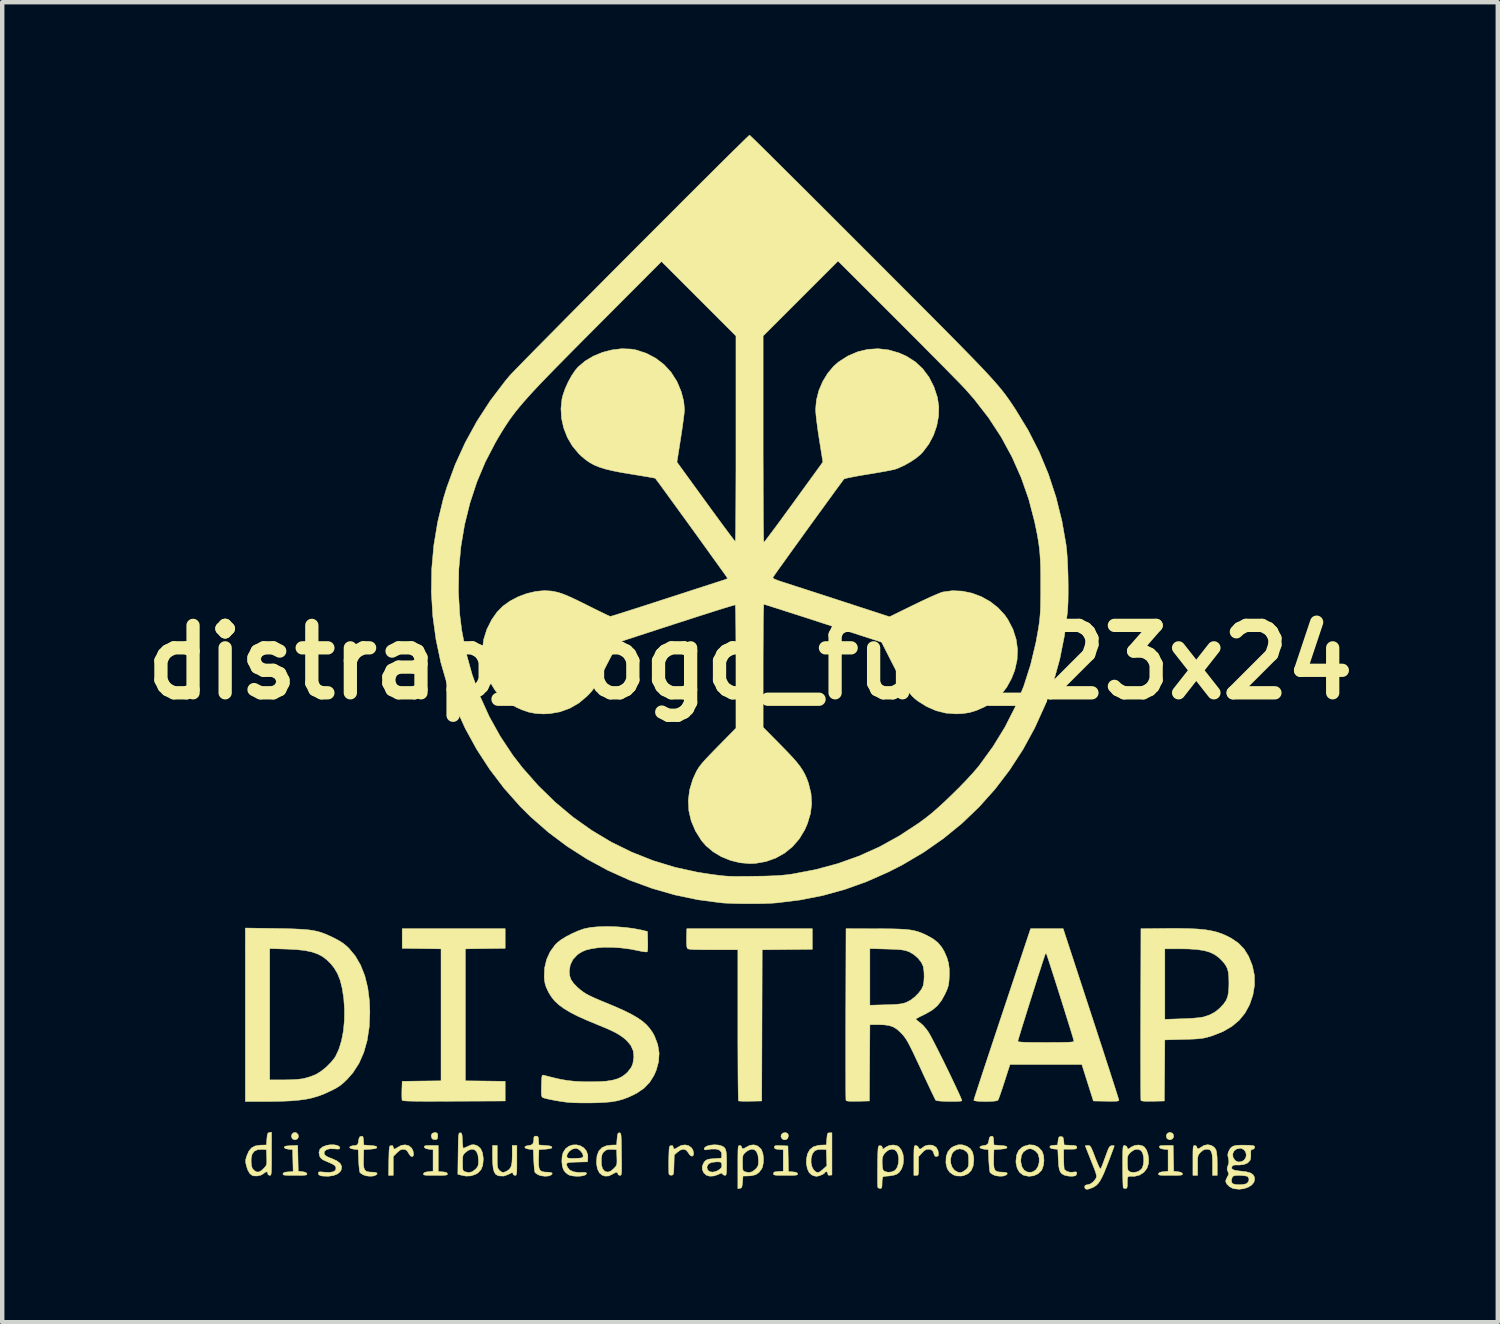
<source format=kicad_pcb>
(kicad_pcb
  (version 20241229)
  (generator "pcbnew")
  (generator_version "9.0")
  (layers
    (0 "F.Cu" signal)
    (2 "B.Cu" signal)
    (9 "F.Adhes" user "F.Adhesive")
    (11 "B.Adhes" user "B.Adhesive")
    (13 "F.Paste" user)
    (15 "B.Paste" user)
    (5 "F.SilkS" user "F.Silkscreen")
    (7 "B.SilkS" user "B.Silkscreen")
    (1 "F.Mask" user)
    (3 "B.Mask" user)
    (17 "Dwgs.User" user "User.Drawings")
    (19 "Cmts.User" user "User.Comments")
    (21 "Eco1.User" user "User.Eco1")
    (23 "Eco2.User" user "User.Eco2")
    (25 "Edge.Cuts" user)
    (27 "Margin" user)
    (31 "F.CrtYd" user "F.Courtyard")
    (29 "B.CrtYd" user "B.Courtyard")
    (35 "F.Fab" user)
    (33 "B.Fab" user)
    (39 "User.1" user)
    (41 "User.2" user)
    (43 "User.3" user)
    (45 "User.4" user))
  (footprint "distrap_logo_full_23x24"
    (layer "F.Cu")
    (at 13.905 11.922)
    (property "Reference" "distrap_logo_full_23x24" (at 0 0 0) (layer "F.SilkS") (effects (font (size 1.524 1.524) (thickness 0.3))))
    (attr through_hole)
    (fp_poly (pts (xy -10.25 10.639) (xy -10.214 10.68) (xy -10.208 10.729) (xy -10.23 10.772) (xy -10.275 10.794) (xy -10.287 10.795) (xy -10.332 10.78) (xy -10.35 10.764) (xy -10.368 10.717) (xy -10.357 10.671) (xy -10.324 10.637) (xy -10.28 10.628) (xy -10.25 10.639)) (stroke (width 0.01) (type solid)) (fill yes) (layer "F.SilkS"))
    (fp_poly (pts (xy -7.116 10.63) (xy -7.077 10.64) (xy -7.062 10.667) (xy -7.059 10.71) (xy -7.064 10.761) (xy -7.083 10.784) (xy -7.116 10.791) (xy -7.169 10.783) (xy -7.196 10.754) (xy -7.208 10.697) (xy -7.187 10.652) (xy -7.139 10.63) (xy -7.116 10.63)) (stroke (width 0.01) (type solid)) (fill yes) (layer "F.SilkS"))
    (fp_poly (pts (xy 0.815 10.634) (xy 0.855 10.655) (xy 0.868 10.698) (xy 0.868 10.708) (xy 0.851 10.763) (xy 0.811 10.793) (xy 0.76 10.792) (xy 0.724 10.77) (xy 0.699 10.722) (xy 0.707 10.676) (xy 0.742 10.642) (xy 0.796 10.631) (xy 0.815 10.634)) (stroke (width 0.01) (type solid)) (fill yes) (layer "F.SilkS"))
    (fp_poly (pts (xy 9.545 10.643) (xy 9.567 10.668) (xy 9.578 10.723) (xy 9.554 10.77) (xy 9.506 10.794) (xy 9.493 10.795) (xy 9.442 10.778) (xy 9.419 10.753) (xy 9.409 10.697) (xy 9.432 10.651) (xy 9.48 10.627) (xy 9.493 10.626) (xy 9.545 10.643)) (stroke (width 0.01) (type solid)) (fill yes) (layer "F.SilkS"))
    (fp_poly (pts (xy -5.535 6.466) (xy -5.985 6.472) (xy -6.435 6.478) (xy -6.435 9.461) (xy -5.985 9.466) (xy -5.535 9.472) (xy -5.535 9.917) (xy -6.695 9.922) (xy -6.952 9.923) (xy -7.171 9.924) (xy -7.353 9.924) (xy -7.502 9.923) (xy -7.621 9.921) (xy -7.712 9.919) (xy -7.779 9.916) (xy -7.824 9.912) (xy -7.852 9.907) (xy -7.864 9.901) (xy -7.865 9.899) (xy -7.869 9.867) (xy -7.871 9.803) (xy -7.871 9.719) (xy -7.87 9.672) (xy -7.863 9.472) (xy -7.424 9.466) (xy -6.985 9.461) (xy -6.985 6.478) (xy -7.424 6.472) (xy -7.863 6.466) (xy -7.863 6.022) (xy -5.535 6.022) (xy -5.535 6.466)) (stroke (width 0.01) (type solid)) (fill yes) (layer "F.SilkS"))
    (fp_poly (pts (xy -7.048 11.512) (xy -6.948 11.519) (xy -6.882 11.527) (xy -6.849 11.545) (xy -6.841 11.562) (xy -6.841 11.577) (xy -6.854 11.588) (xy -6.885 11.594) (xy -6.941 11.598) (xy -7.028 11.599) (xy -7.112 11.599) (xy -7.225 11.599) (xy -7.303 11.597) (xy -7.351 11.593) (xy -7.376 11.585) (xy -7.384 11.573) (xy -7.383 11.562) (xy -7.366 11.537) (xy -7.32 11.522) (xy -7.271 11.515) (xy -7.165 11.504) (xy -7.165 11.017) (xy -7.26 11.007) (xy -7.326 10.994) (xy -7.358 10.971) (xy -7.362 10.959) (xy -7.361 10.94) (xy -7.343 10.929) (xy -7.301 10.924) (xy -7.226 10.922) (xy -7.209 10.922) (xy -7.048 10.922) (xy -7.048 11.512)) (stroke (width 0.01) (type solid)) (fill yes) (layer "F.SilkS"))
    (fp_poly (pts (xy -10.219 11.212) (xy -10.213 11.504) (xy -10.118 11.515) (xy -10.052 11.528) (xy -10.02 11.55) (xy -10.016 11.562) (xy -10.016 11.577) (xy -10.029 11.588) (xy -10.06 11.594) (xy -10.116 11.598) (xy -10.203 11.599) (xy -10.287 11.599) (xy -10.4 11.599) (xy -10.478 11.597) (xy -10.526 11.593) (xy -10.551 11.585) (xy -10.559 11.573) (xy -10.558 11.562) (xy -10.543 11.539) (xy -10.504 11.525) (xy -10.44 11.519) (xy -10.328 11.512) (xy -10.334 11.265) (xy -10.34 11.017) (xy -10.435 11.007) (xy -10.501 10.994) (xy -10.529 10.972) (xy -10.53 10.964) (xy -10.521 10.947) (xy -10.487 10.935) (xy -10.422 10.929) (xy -10.378 10.926) (xy -10.225 10.92) (xy -10.219 11.212)) (stroke (width 0.01) (type solid)) (fill yes) (layer "F.SilkS"))
    (fp_poly (pts (xy 9.572 11.213) (xy 9.578 11.504) (xy 9.673 11.515) (xy 9.739 11.528) (xy 9.771 11.55) (xy 9.775 11.562) (xy 9.775 11.577) (xy 9.762 11.588) (xy 9.731 11.594) (xy 9.675 11.598) (xy 9.588 11.599) (xy 9.504 11.599) (xy 9.391 11.599) (xy 9.313 11.597) (xy 9.265 11.593) (xy 9.24 11.585) (xy 9.232 11.573) (xy 9.233 11.562) (xy 9.25 11.537) (xy 9.295 11.522) (xy 9.345 11.515) (xy 9.451 11.504) (xy 9.451 11.017) (xy 9.356 11.007) (xy 9.29 10.994) (xy 9.258 10.971) (xy 9.254 10.959) (xy 9.255 10.94) (xy 9.273 10.929) (xy 9.315 10.924) (xy 9.39 10.922) (xy 9.406 10.922) (xy 9.566 10.922) (xy 9.572 11.213)) (stroke (width 0.01) (type solid)) (fill yes) (layer "F.SilkS"))
    (fp_poly (pts (xy 0.678 10.925) (xy 0.704 10.926) (xy 0.857 10.933) (xy 0.863 11.222) (xy 0.869 11.512) (xy 0.969 11.519) (xy 1.035 11.528) (xy 1.068 11.545) (xy 1.076 11.562) (xy 1.075 11.577) (xy 1.062 11.588) (xy 1.031 11.594) (xy 0.975 11.598) (xy 0.888 11.599) (xy 0.806 11.599) (xy 0.693 11.599) (xy 0.616 11.597) (xy 0.568 11.593) (xy 0.542 11.585) (xy 0.531 11.573) (xy 0.529 11.558) (xy 0.536 11.533) (xy 0.562 11.519) (xy 0.617 11.512) (xy 0.64 11.51) (xy 0.751 11.504) (xy 0.751 11.017) (xy 0.651 11.011) (xy 0.589 11.004) (xy 0.559 10.99) (xy 0.55 10.965) (xy 0.55 10.962) (xy 0.554 10.941) (xy 0.57 10.929) (xy 0.609 10.924) (xy 0.678 10.925)) (stroke (width 0.01) (type solid)) (fill yes) (layer "F.SilkS"))
    (fp_poly (pts (xy 1.408 6.488) (xy 0.275 6.499) (xy 0.265 9.917) (xy 0.009 9.922) (xy -0.091 9.924) (xy -0.175 9.922) (xy -0.234 9.919) (xy -0.26 9.914) (xy -0.26 9.914) (xy -0.263 9.891) (xy -0.265 9.829) (xy -0.267 9.731) (xy -0.269 9.6) (xy -0.271 9.439) (xy -0.272 9.253) (xy -0.273 9.043) (xy -0.274 8.813) (xy -0.275 8.567) (xy -0.275 8.307) (xy -0.275 8.199) (xy -0.275 6.498) (xy -0.833 6.498) (xy -1.008 6.498) (xy -1.145 6.496) (xy -1.248 6.494) (xy -1.322 6.49) (xy -1.372 6.485) (xy -1.402 6.477) (xy -1.416 6.469) (xy -1.429 6.429) (xy -1.435 6.35) (xy -1.435 6.234) (xy -1.435 6.23) (xy -1.429 6.022) (xy 1.408 6.022) (xy 1.408 6.488)) (stroke (width 0.01) (type solid)) (fill yes) (layer "F.SilkS"))
    (fp_poly (pts (xy -7.715 10.928) (xy -7.652 10.979) (xy -7.62 11.039) (xy -7.605 11.113) (xy -7.614 11.16) (xy -7.64 11.176) (xy -7.676 11.159) (xy -7.715 11.104) (xy -7.719 11.097) (xy -7.752 11.042) (xy -7.791 11.017) (xy -7.827 11.011) (xy -7.875 11.012) (xy -7.919 11.032) (xy -7.972 11.078) (xy -7.981 11.087) (xy -8.065 11.171) (xy -8.065 11.599) (xy -8.171 11.599) (xy -8.166 11.266) (xy -8.163 11.141) (xy -8.16 11.051) (xy -8.156 10.992) (xy -8.15 10.955) (xy -8.14 10.936) (xy -8.126 10.928) (xy -8.112 10.926) (xy -8.075 10.93) (xy -8.065 10.962) (xy -8.065 10.963) (xy -8.054 10.999) (xy -8.023 11.001) (xy -7.968 10.967) (xy -7.965 10.965) (xy -7.881 10.919) (xy -7.794 10.908) (xy -7.715 10.928)) (stroke (width 0.01) (type solid)) (fill yes) (layer "F.SilkS"))
    (fp_poly (pts (xy 4.112 10.915) (xy 4.135 10.921) (xy 4.207 10.963) (xy 4.248 11.035) (xy 4.26 11.102) (xy 4.257 11.149) (xy 4.233 11.169) (xy 4.22 11.172) (xy 4.183 11.166) (xy 4.162 11.127) (xy 4.16 11.119) (xy 4.134 11.051) (xy 4.093 11.016) (xy 4.032 11.007) (xy 3.98 11.015) (xy 3.931 11.047) (xy 3.887 11.091) (xy 3.81 11.176) (xy 3.81 11.388) (xy 3.81 11.484) (xy 3.807 11.545) (xy 3.801 11.58) (xy 3.789 11.595) (xy 3.77 11.599) (xy 3.757 11.599) (xy 3.704 11.599) (xy 3.704 11.261) (xy 3.704 11.134) (xy 3.706 11.044) (xy 3.708 10.984) (xy 3.714 10.947) (xy 3.723 10.929) (xy 3.736 10.923) (xy 3.748 10.922) (xy 3.791 10.94) (xy 3.804 10.964) (xy 3.828 11.001) (xy 3.865 11) (xy 3.894 10.976) (xy 3.951 10.935) (xy 4.03 10.913) (xy 4.112 10.915)) (stroke (width 0.01) (type solid)) (fill yes) (layer "F.SilkS"))
    (fp_poly (pts (xy -5.715 11.177) (xy -5.715 11.285) (xy -5.712 11.36) (xy -5.706 11.409) (xy -5.696 11.442) (xy -5.679 11.467) (xy -5.663 11.484) (xy -5.617 11.523) (xy -5.577 11.533) (xy -5.526 11.515) (xy -5.505 11.505) (xy -5.452 11.471) (xy -5.415 11.428) (xy -5.392 11.369) (xy -5.38 11.285) (xy -5.376 11.168) (xy -5.376 11.145) (xy -5.376 10.922) (xy -5.271 10.922) (xy -5.271 11.261) (xy -5.271 11.387) (xy -5.272 11.478) (xy -5.275 11.538) (xy -5.281 11.574) (xy -5.289 11.592) (xy -5.302 11.599) (xy -5.313 11.599) (xy -5.347 11.586) (xy -5.355 11.568) (xy -5.364 11.541) (xy -5.394 11.541) (xy -5.45 11.569) (xy -5.466 11.578) (xy -5.564 11.614) (xy -5.668 11.611) (xy -5.711 11.598) (xy -5.754 11.569) (xy -5.785 11.516) (xy -5.806 11.437) (xy -5.817 11.325) (xy -5.821 11.177) (xy -5.821 10.922) (xy -5.715 10.922) (xy -5.715 11.177)) (stroke (width 0.01) (type solid)) (fill yes) (layer "F.SilkS"))
    (fp_poly (pts (xy 10.429 10.921) (xy 10.496 10.965) (xy 10.533 11.02) (xy 10.549 11.087) (xy 10.559 11.194) (xy 10.562 11.341) (xy 10.562 11.345) (xy 10.562 11.599) (xy 10.456 11.599) (xy 10.456 11.35) (xy 10.454 11.22) (xy 10.446 11.127) (xy 10.429 11.065) (xy 10.402 11.027) (xy 10.363 11.01) (xy 10.322 11.007) (xy 10.259 11.02) (xy 10.198 11.064) (xy 10.185 11.076) (xy 10.155 11.109) (xy 10.136 11.137) (xy 10.125 11.173) (xy 10.119 11.225) (xy 10.118 11.303) (xy 10.118 11.373) (xy 10.118 11.599) (xy 10.012 11.599) (xy 10.012 11.261) (xy 10.012 11.134) (xy 10.013 11.044) (xy 10.016 10.983) (xy 10.022 10.947) (xy 10.031 10.929) (xy 10.044 10.923) (xy 10.054 10.922) (xy 10.088 10.935) (xy 10.097 10.953) (xy 10.11 10.99) (xy 10.143 10.995) (xy 10.189 10.967) (xy 10.189 10.967) (xy 10.264 10.92) (xy 10.348 10.905) (xy 10.429 10.921)) (stroke (width 0.01) (type solid)) (fill yes) (layer "F.SilkS"))
    (fp_poly (pts (xy -1.385 10.929) (xy -1.321 10.978) (xy -1.292 11.025) (xy -1.274 11.095) (xy -1.281 11.143) (xy -1.306 11.165) (xy -1.342 11.155) (xy -1.382 11.11) (xy -1.392 11.091) (xy -1.44 11.03) (xy -1.501 11.007) (xy -1.572 11.025) (xy -1.638 11.071) (xy -1.713 11.137) (xy -1.719 11.363) (xy -1.722 11.463) (xy -1.726 11.528) (xy -1.733 11.567) (xy -1.745 11.586) (xy -1.763 11.594) (xy -1.773 11.596) (xy -1.814 11.59) (xy -1.832 11.573) (xy -1.835 11.543) (xy -1.837 11.478) (xy -1.838 11.388) (xy -1.838 11.281) (xy -1.837 11.239) (xy -1.834 11.119) (xy -1.831 11.036) (xy -1.827 10.981) (xy -1.819 10.949) (xy -1.808 10.934) (xy -1.792 10.927) (xy -1.783 10.926) (xy -1.746 10.93) (xy -1.736 10.962) (xy -1.736 10.963) (xy -1.725 10.999) (xy -1.694 11.001) (xy -1.64 10.967) (xy -1.636 10.965) (xy -1.553 10.92) (xy -1.466 10.909) (xy -1.385 10.929)) (stroke (width 0.01) (type solid)) (fill yes) (layer "F.SilkS"))
    (fp_poly (pts (xy 6.42 10.915) (xy 6.515 10.959) (xy 6.591 11.039) (xy 6.61 11.072) (xy 6.638 11.159) (xy 6.645 11.265) (xy 6.632 11.373) (xy 6.6 11.465) (xy 6.585 11.491) (xy 6.508 11.564) (xy 6.41 11.608) (xy 6.301 11.62) (xy 6.192 11.597) (xy 6.164 11.585) (xy 6.09 11.526) (xy 6.039 11.435) (xy 6.013 11.32) (xy 6.011 11.271) (xy 6.013 11.259) (xy 6.12 11.259) (xy 6.122 11.296) (xy 6.145 11.401) (xy 6.193 11.477) (xy 6.261 11.521) (xy 6.344 11.53) (xy 6.402 11.515) (xy 6.465 11.47) (xy 6.511 11.397) (xy 6.536 11.306) (xy 6.537 11.21) (xy 6.512 11.118) (xy 6.507 11.11) (xy 6.463 11.056) (xy 6.402 11.016) (xy 6.402 11.015) (xy 6.345 10.997) (xy 6.298 11) (xy 6.256 11.015) (xy 6.18 11.068) (xy 6.134 11.15) (xy 6.12 11.259) (xy 6.013 11.259) (xy 6.026 11.14) (xy 6.071 11.039) (xy 6.148 10.965) (xy 6.196 10.939) (xy 6.311 10.907) (xy 6.42 10.915)) (stroke (width 0.01) (type solid)) (fill yes) (layer "F.SilkS"))
    (fp_poly (pts (xy 4.902 10.941) (xy 4.98 10.995) (xy 5.031 11.075) (xy 5.056 11.184) (xy 5.059 11.253) (xy 5.044 11.386) (xy 4.999 11.49) (xy 4.925 11.563) (xy 4.824 11.606) (xy 4.769 11.614) (xy 4.667 11.61) (xy 4.595 11.585) (xy 4.511 11.525) (xy 4.458 11.446) (xy 4.432 11.34) (xy 4.428 11.304) (xy 4.432 11.225) (xy 4.534 11.225) (xy 4.538 11.326) (xy 4.569 11.414) (xy 4.623 11.484) (xy 4.697 11.526) (xy 4.757 11.536) (xy 4.802 11.522) (xy 4.856 11.488) (xy 4.873 11.474) (xy 4.91 11.439) (xy 4.93 11.405) (xy 4.94 11.361) (xy 4.942 11.291) (xy 4.942 11.264) (xy 4.94 11.181) (xy 4.932 11.126) (xy 4.913 11.088) (xy 4.893 11.063) (xy 4.821 11.014) (xy 4.74 10.999) (xy 4.661 11.017) (xy 4.595 11.067) (xy 4.561 11.122) (xy 4.534 11.225) (xy 4.432 11.225) (xy 4.434 11.171) (xy 4.473 11.063) (xy 4.543 10.98) (xy 4.601 10.944) (xy 4.704 10.908) (xy 4.8 10.908) (xy 4.902 10.941)) (stroke (width 0.01) (type solid)) (fill yes) (layer "F.SilkS"))
    (fp_poly (pts (xy -9.332 10.92) (xy -9.284 10.947) (xy -9.271 10.977) (xy -9.277 10.996) (xy -9.3 11.004) (xy -9.351 11.003) (xy -9.393 10.999) (xy -9.498 10.997) (xy -9.574 11.016) (xy -9.619 11.055) (xy -9.627 11.077) (xy -9.625 11.117) (xy -9.597 11.152) (xy -9.539 11.185) (xy -9.448 11.221) (xy -9.336 11.272) (xy -9.263 11.331) (xy -9.231 11.397) (xy -9.239 11.468) (xy -9.263 11.512) (xy -9.325 11.566) (xy -9.417 11.602) (xy -9.532 11.619) (xy -9.66 11.614) (xy -9.71 11.606) (xy -9.75 11.582) (xy -9.758 11.554) (xy -9.755 11.531) (xy -9.739 11.52) (xy -9.701 11.519) (xy -9.633 11.525) (xy -9.62 11.526) (xy -9.502 11.531) (xy -9.418 11.516) (xy -9.371 11.483) (xy -9.36 11.433) (xy -9.367 11.402) (xy -9.387 11.376) (xy -9.425 11.35) (xy -9.489 11.319) (xy -9.586 11.278) (xy -9.66 11.243) (xy -9.705 11.204) (xy -9.729 11.163) (xy -9.745 11.08) (xy -9.724 11.01) (xy -9.665 10.956) (xy -9.573 10.92) (xy -9.5 10.908) (xy -9.406 10.907) (xy -9.332 10.92)) (stroke (width 0.01) (type solid)) (fill yes) (layer "F.SilkS"))
    (fp_poly (pts (xy -8.762 10.715) (xy -8.747 10.734) (xy -8.74 10.781) (xy -8.738 10.81) (xy -8.731 10.911) (xy -8.583 10.922) (xy -8.501 10.93) (xy -8.454 10.941) (xy -8.436 10.958) (xy -8.435 10.964) (xy -8.446 10.983) (xy -8.483 10.995) (xy -8.553 11.004) (xy -8.583 11.007) (xy -8.731 11.017) (xy -8.737 11.23) (xy -8.738 11.348) (xy -8.728 11.43) (xy -8.705 11.482) (xy -8.664 11.511) (xy -8.602 11.523) (xy -8.551 11.525) (xy -8.472 11.53) (xy -8.432 11.546) (xy -8.433 11.57) (xy -8.455 11.59) (xy -8.513 11.613) (xy -8.594 11.618) (xy -8.68 11.608) (xy -8.734 11.59) (xy -8.785 11.562) (xy -8.818 11.534) (xy -8.819 11.533) (xy -8.827 11.501) (xy -8.835 11.437) (xy -8.843 11.35) (xy -8.848 11.261) (xy -8.858 11.017) (xy -8.954 11.007) (xy -9.022 10.992) (xy -9.051 10.97) (xy -9.042 10.947) (xy -8.994 10.93) (xy -8.959 10.926) (xy -8.906 10.919) (xy -8.874 10.902) (xy -8.857 10.865) (xy -8.846 10.798) (xy -8.843 10.774) (xy -8.823 10.728) (xy -8.791 10.714) (xy -8.762 10.715)) (stroke (width 0.01) (type solid)) (fill yes) (layer "F.SilkS"))
    (fp_poly (pts (xy 5.483 10.715) (xy 5.498 10.734) (xy 5.505 10.781) (xy 5.507 10.81) (xy 5.514 10.911) (xy 5.662 10.922) (xy 5.744 10.93) (xy 5.791 10.941) (xy 5.809 10.958) (xy 5.81 10.964) (xy 5.799 10.983) (xy 5.763 10.995) (xy 5.692 11.004) (xy 5.662 11.007) (xy 5.514 11.017) (xy 5.508 11.23) (xy 5.508 11.348) (xy 5.517 11.43) (xy 5.54 11.482) (xy 5.581 11.511) (xy 5.643 11.523) (xy 5.694 11.525) (xy 5.773 11.53) (xy 5.813 11.546) (xy 5.812 11.57) (xy 5.79 11.59) (xy 5.732 11.613) (xy 5.651 11.618) (xy 5.566 11.608) (xy 5.511 11.59) (xy 5.46 11.562) (xy 5.427 11.534) (xy 5.426 11.533) (xy 5.418 11.501) (xy 5.41 11.437) (xy 5.403 11.35) (xy 5.397 11.261) (xy 5.387 11.017) (xy 5.292 11.007) (xy 5.226 10.992) (xy 5.195 10.97) (xy 5.201 10.947) (xy 5.245 10.93) (xy 5.274 10.926) (xy 5.342 10.912) (xy 5.381 10.879) (xy 5.399 10.816) (xy 5.401 10.795) (xy 5.413 10.741) (xy 5.439 10.718) (xy 5.454 10.714) (xy 5.483 10.715)) (stroke (width 0.01) (type solid)) (fill yes) (layer "F.SilkS"))
    (fp_poly (pts (xy -4.806 10.715) (xy -4.789 10.735) (xy -4.782 10.783) (xy -4.78 10.811) (xy -4.773 10.911) (xy -4.625 10.922) (xy -4.543 10.93) (xy -4.496 10.941) (xy -4.478 10.958) (xy -4.477 10.964) (xy -4.488 10.983) (xy -4.524 10.995) (xy -4.595 11.004) (xy -4.625 11.007) (xy -4.773 11.017) (xy -4.779 11.23) (xy -4.779 11.348) (xy -4.77 11.43) (xy -4.747 11.482) (xy -4.706 11.511) (xy -4.644 11.523) (xy -4.593 11.525) (xy -4.514 11.53) (xy -4.474 11.546) (xy -4.475 11.57) (xy -4.497 11.59) (xy -4.555 11.613) (xy -4.636 11.618) (xy -4.721 11.608) (xy -4.776 11.59) (xy -4.827 11.562) (xy -4.86 11.534) (xy -4.861 11.533) (xy -4.869 11.501) (xy -4.877 11.437) (xy -4.884 11.35) (xy -4.889 11.261) (xy -4.9 11.017) (xy -4.995 11.007) (xy -5.06 10.992) (xy -5.091 10.97) (xy -5.086 10.947) (xy -5.044 10.929) (xy -5.017 10.926) (xy -4.944 10.911) (xy -4.905 10.877) (xy -4.89 10.817) (xy -4.889 10.792) (xy -4.886 10.739) (xy -4.872 10.716) (xy -4.838 10.71) (xy -4.838 10.71) (xy -4.806 10.715)) (stroke (width 0.01) (type solid)) (fill yes) (layer "F.SilkS"))
    (fp_poly (pts (xy 1.852 11.589) (xy 1.804 11.596) (xy 1.767 11.592) (xy 1.757 11.559) (xy 1.757 11.558) (xy 1.744 11.523) (xy 1.725 11.515) (xy 1.697 11.525) (xy 1.693 11.533) (xy 1.675 11.556) (xy 1.63 11.582) (xy 1.574 11.605) (xy 1.519 11.618) (xy 1.5 11.62) (xy 1.444 11.609) (xy 1.394 11.588) (xy 1.337 11.535) (xy 1.297 11.451) (xy 1.275 11.343) (xy 1.275 11.313) (xy 1.38 11.313) (xy 1.4 11.402) (xy 1.437 11.474) (xy 1.489 11.521) (xy 1.54 11.535) (xy 1.569 11.522) (xy 1.617 11.488) (xy 1.652 11.459) (xy 1.737 11.381) (xy 1.731 11.199) (xy 1.725 11.017) (xy 1.625 11.011) (xy 1.53 11.015) (xy 1.463 11.043) (xy 1.417 11.1) (xy 1.406 11.124) (xy 1.381 11.218) (xy 1.38 11.313) (xy 1.275 11.313) (xy 1.274 11.24) (xy 1.299 11.113) (xy 1.352 11.017) (xy 1.434 10.952) (xy 1.545 10.919) (xy 1.601 10.914) (xy 1.725 10.91) (xy 1.736 10.773) (xy 1.743 10.699) (xy 1.752 10.658) (xy 1.767 10.64) (xy 1.794 10.636) (xy 1.799 10.636) (xy 1.852 10.636) (xy 1.852 11.589)) (stroke (width 0.01) (type solid)) (fill yes) (layer "F.SilkS"))
    (fp_poly (pts (xy 7.061 10.726) (xy 7.079 10.748) (xy 7.089 10.798) (xy 7.091 10.816) (xy 7.101 10.911) (xy 7.244 10.918) (xy 7.321 10.922) (xy 7.364 10.93) (xy 7.383 10.944) (xy 7.387 10.965) (xy 7.383 10.987) (xy 7.364 11) (xy 7.322 11.005) (xy 7.247 11.007) (xy 7.239 11.007) (xy 7.091 11.007) (xy 7.091 11.224) (xy 7.093 11.317) (xy 7.097 11.395) (xy 7.102 11.448) (xy 7.107 11.464) (xy 7.16 11.507) (xy 7.236 11.528) (xy 7.304 11.525) (xy 7.358 11.518) (xy 7.382 11.526) (xy 7.387 11.551) (xy 7.387 11.553) (xy 7.372 11.593) (xy 7.354 11.608) (xy 7.287 11.619) (xy 7.202 11.615) (xy 7.12 11.598) (xy 7.098 11.59) (xy 7.05 11.562) (xy 7.016 11.524) (xy 6.993 11.467) (xy 6.978 11.385) (xy 6.97 11.27) (xy 6.968 11.235) (xy 6.958 11.009) (xy 6.871 11.002) (xy 6.808 10.991) (xy 6.78 10.968) (xy 6.778 10.96) (xy 6.782 10.937) (xy 6.813 10.924) (xy 6.862 10.918) (xy 6.953 10.911) (xy 6.964 10.816) (xy 6.973 10.757) (xy 6.989 10.729) (xy 7.017 10.721) (xy 7.027 10.721) (xy 7.061 10.726)) (stroke (width 0.01) (type solid)) (fill yes) (layer "F.SilkS"))
    (fp_poly (pts (xy -3.834 10.93) (xy -3.758 10.976) (xy -3.701 11.043) (xy -3.669 11.131) (xy -3.666 11.196) (xy -3.672 11.292) (xy -3.911 11.298) (xy -4.02 11.302) (xy -4.092 11.308) (xy -4.133 11.32) (xy -4.148 11.341) (xy -4.143 11.373) (xy -4.125 11.417) (xy -4.074 11.478) (xy -3.991 11.517) (xy -3.88 11.533) (xy -3.824 11.532) (xy -3.75 11.53) (xy -3.709 11.536) (xy -3.694 11.55) (xy -3.694 11.556) (xy -3.713 11.584) (xy -3.763 11.604) (xy -3.835 11.616) (xy -3.918 11.619) (xy -4.002 11.612) (xy -4.077 11.596) (xy -4.106 11.583) (xy -4.171 11.534) (xy -4.217 11.472) (xy -4.243 11.39) (xy -4.254 11.286) (xy -4.249 11.18) (xy -4.244 11.159) (xy -4.142 11.159) (xy -4.137 11.191) (xy -4.106 11.209) (xy -4.042 11.215) (xy -3.951 11.214) (xy -3.866 11.21) (xy -3.814 11.204) (xy -3.786 11.193) (xy -3.775 11.175) (xy -3.771 11.16) (xy -3.783 11.112) (xy -3.82 11.058) (xy -3.87 11.012) (xy -3.923 10.987) (xy -3.936 10.986) (xy -4.014 11.004) (xy -4.084 11.051) (xy -4.127 11.11) (xy -4.142 11.159) (xy -4.244 11.159) (xy -4.228 11.09) (xy -4.225 11.084) (xy -4.171 10.997) (xy -4.096 10.94) (xy -4.011 10.911) (xy -3.921 10.908) (xy -3.834 10.93)) (stroke (width 0.01) (type solid)) (fill yes) (layer "F.SilkS"))
    (fp_poly (pts (xy -10.816 11.111) (xy -10.816 11.267) (xy -10.817 11.385) (xy -10.819 11.472) (xy -10.822 11.531) (xy -10.827 11.569) (xy -10.834 11.589) (xy -10.844 11.598) (xy -10.857 11.599) (xy -10.858 11.599) (xy -10.894 11.584) (xy -10.901 11.557) (xy -10.912 11.521) (xy -10.944 11.52) (xy -10.993 11.554) (xy -10.998 11.559) (xy -11.059 11.594) (xy -11.14 11.612) (xy -11.219 11.61) (xy -11.252 11.601) (xy -11.309 11.556) (xy -11.356 11.474) (xy -11.387 11.376) (xy -11.402 11.302) (xy -11.401 11.244) (xy -11.396 11.225) (xy -11.278 11.225) (xy -11.277 11.31) (xy -11.268 11.387) (xy -11.252 11.437) (xy -11.222 11.475) (xy -11.209 11.487) (xy -11.154 11.521) (xy -11.101 11.521) (xy -11.041 11.487) (xy -10.99 11.438) (xy -10.956 11.401) (xy -10.936 11.368) (xy -10.926 11.328) (xy -10.924 11.269) (xy -10.926 11.191) (xy -10.933 11.017) (xy -11.032 11.011) (xy -11.136 11.018) (xy -11.211 11.055) (xy -11.258 11.124) (xy -11.278 11.225) (xy -11.396 11.225) (xy -11.383 11.176) (xy -11.379 11.164) (xy -11.331 11.053) (xy -11.27 10.978) (xy -11.189 10.934) (xy -11.081 10.916) (xy -11.055 10.915) (xy -10.933 10.911) (xy -10.922 10.774) (xy -10.915 10.699) (xy -10.905 10.656) (xy -10.888 10.636) (xy -10.864 10.629) (xy -10.816 10.623) (xy -10.816 11.111)) (stroke (width 0.01) (type solid)) (fill yes) (layer "F.SilkS"))
    (fp_poly (pts (xy 0.174 10.935) (xy 0.244 10.998) (xy 0.261 11.024) (xy 0.291 11.107) (xy 0.305 11.21) (xy 0.301 11.317) (xy 0.281 11.412) (xy 0.264 11.45) (xy 0.202 11.533) (xy 0.128 11.583) (xy 0.031 11.607) (xy -0.027 11.611) (xy -0.159 11.614) (xy -0.169 11.75) (xy -0.177 11.824) (xy -0.187 11.866) (xy -0.204 11.885) (xy -0.228 11.892) (xy -0.275 11.899) (xy -0.275 11.41) (xy -0.275 11.316) (xy -0.169 11.316) (xy -0.169 11.316) (xy -0.168 11.404) (xy -0.164 11.459) (xy -0.155 11.49) (xy -0.137 11.507) (xy -0.122 11.514) (xy -0.031 11.535) (xy 0.048 11.517) (xy 0.119 11.464) (xy 0.158 11.421) (xy 0.18 11.382) (xy 0.189 11.332) (xy 0.191 11.255) (xy 0.191 11.255) (xy 0.179 11.142) (xy 0.146 11.062) (xy 0.096 11.016) (xy 0.032 11.006) (xy -0.044 11.035) (xy -0.095 11.072) (xy -0.131 11.106) (xy -0.153 11.135) (xy -0.164 11.172) (xy -0.169 11.229) (xy -0.169 11.316) (xy -0.275 11.316) (xy -0.275 11.254) (xy -0.274 11.136) (xy -0.273 11.049) (xy -0.27 10.99) (xy -0.265 10.953) (xy -0.257 10.932) (xy -0.247 10.924) (xy -0.234 10.922) (xy -0.233 10.922) (xy -0.199 10.935) (xy -0.191 10.953) (xy -0.178 10.99) (xy -0.143 10.994) (xy -0.093 10.966) (xy -0.003 10.918) (xy 0.089 10.908) (xy 0.174 10.935)) (stroke (width 0.01) (type solid)) (fill yes) (layer "F.SilkS"))
    (fp_poly (pts (xy 7.663 10.924) (xy 7.684 10.934) (xy 7.704 10.959) (xy 7.727 11.004) (xy 7.757 11.076) (xy 7.797 11.181) (xy 7.799 11.187) (xy 7.838 11.284) (xy 7.872 11.365) (xy 7.899 11.423) (xy 7.915 11.45) (xy 7.917 11.451) (xy 7.925 11.448) (xy 7.934 11.435) (xy 7.948 11.407) (xy 7.967 11.359) (xy 7.995 11.284) (xy 8.034 11.178) (xy 8.062 11.102) (xy 8.093 11.018) (xy 8.118 10.966) (xy 8.141 10.939) (xy 8.168 10.928) (xy 8.178 10.926) (xy 8.219 10.925) (xy 8.234 10.932) (xy 8.227 10.955) (xy 8.207 11.01) (xy 8.177 11.091) (xy 8.14 11.19) (xy 8.117 11.251) (xy 8.052 11.419) (xy 7.998 11.552) (xy 7.95 11.654) (xy 7.906 11.732) (xy 7.863 11.789) (xy 7.818 11.831) (xy 7.767 11.863) (xy 7.721 11.884) (xy 7.646 11.91) (xy 7.6 11.913) (xy 7.574 11.893) (xy 7.569 11.883) (xy 7.566 11.838) (xy 7.598 11.814) (xy 7.629 11.811) (xy 7.69 11.793) (xy 7.755 11.748) (xy 7.808 11.685) (xy 7.819 11.666) (xy 7.829 11.643) (xy 7.832 11.617) (xy 7.827 11.581) (xy 7.812 11.53) (xy 7.786 11.456) (xy 7.746 11.354) (xy 7.713 11.272) (xy 7.669 11.161) (xy 7.631 11.065) (xy 7.601 10.99) (xy 7.583 10.942) (xy 7.578 10.928) (xy 7.596 10.924) (xy 7.638 10.922) (xy 7.663 10.924)) (stroke (width 0.01) (type solid)) (fill yes) (layer "F.SilkS"))
    (fp_poly (pts (xy -6.53 10.64) (xy -6.517 10.657) (xy -6.509 10.695) (xy -6.504 10.764) (xy -6.503 10.811) (xy -6.498 10.891) (xy -6.491 10.952) (xy -6.483 10.983) (xy -6.481 10.986) (xy -6.454 10.977) (xy -6.404 10.954) (xy -6.382 10.943) (xy -6.304 10.91) (xy -6.243 10.904) (xy -6.179 10.923) (xy -6.157 10.934) (xy -6.092 10.991) (xy -6.049 11.083) (xy -6.031 11.206) (xy -6.03 11.242) (xy -6.042 11.37) (xy -6.081 11.468) (xy -6.149 11.541) (xy -6.201 11.573) (xy -6.307 11.61) (xy -6.421 11.615) (xy -6.525 11.595) (xy -6.605 11.574) (xy -6.602 11.316) (xy -6.498 11.316) (xy -6.498 11.316) (xy -6.497 11.404) (xy -6.493 11.459) (xy -6.484 11.49) (xy -6.466 11.507) (xy -6.451 11.514) (xy -6.36 11.535) (xy -6.281 11.517) (xy -6.21 11.464) (xy -6.171 11.421) (xy -6.149 11.382) (xy -6.14 11.332) (xy -6.138 11.255) (xy -6.138 11.255) (xy -6.15 11.142) (xy -6.182 11.062) (xy -6.233 11.016) (xy -6.297 11.006) (xy -6.373 11.035) (xy -6.423 11.072) (xy -6.46 11.106) (xy -6.482 11.135) (xy -6.493 11.172) (xy -6.498 11.229) (xy -6.498 11.316) (xy -6.602 11.316) (xy -6.599 11.105) (xy -6.597 10.953) (xy -6.595 10.837) (xy -6.592 10.754) (xy -6.588 10.698) (xy -6.582 10.663) (xy -6.574 10.645) (xy -6.563 10.637) (xy -6.551 10.636) (xy -6.53 10.64)) (stroke (width 0.01) (type solid)) (fill yes) (layer "F.SilkS"))
    (fp_poly (pts (xy -2.939 10.638) (xy -2.929 10.646) (xy -2.921 10.666) (xy -2.915 10.703) (xy -2.912 10.762) (xy -2.909 10.848) (xy -2.907 10.966) (xy -2.905 11.118) (xy -2.903 11.272) (xy -2.902 11.39) (xy -2.903 11.475) (xy -2.905 11.533) (xy -2.91 11.57) (xy -2.917 11.59) (xy -2.927 11.598) (xy -2.941 11.599) (xy -2.942 11.599) (xy -2.976 11.587) (xy -2.985 11.569) (xy -2.996 11.533) (xy -3.033 11.53) (xy -3.094 11.561) (xy -3.102 11.567) (xy -3.194 11.612) (xy -3.282 11.615) (xy -3.344 11.593) (xy -3.406 11.54) (xy -3.449 11.452) (xy -3.47 11.337) (xy -3.471 11.286) (xy -3.466 11.236) (xy -3.361 11.236) (xy -3.359 11.359) (xy -3.334 11.449) (xy -3.286 11.504) (xy -3.274 11.51) (xy -3.213 11.524) (xy -3.152 11.504) (xy -3.083 11.448) (xy -3.074 11.438) (xy -3.039 11.401) (xy -3.019 11.368) (xy -3.01 11.328) (xy -3.008 11.269) (xy -3.01 11.191) (xy -3.016 11.017) (xy -3.125 11.011) (xy -3.198 11.011) (xy -3.249 11.025) (xy -3.293 11.055) (xy -3.327 11.092) (xy -3.347 11.135) (xy -3.358 11.2) (xy -3.361 11.236) (xy -3.466 11.236) (xy -3.458 11.15) (xy -3.417 11.046) (xy -3.347 10.972) (xy -3.248 10.929) (xy -3.135 10.914) (xy -3.016 10.911) (xy -3.006 10.774) (xy -2.998 10.699) (xy -2.988 10.657) (xy -2.972 10.639) (xy -2.953 10.636) (xy -2.939 10.638)) (stroke (width 0.01) (type solid)) (fill yes) (layer "F.SilkS"))
    (fp_poly (pts (xy -0.722 10.912) (xy -0.682 10.921) (xy -0.625 10.939) (xy -0.585 10.965) (xy -0.557 11.003) (xy -0.541 11.061) (xy -0.532 11.146) (xy -0.529 11.263) (xy -0.529 11.318) (xy -0.53 11.432) (xy -0.531 11.51) (xy -0.536 11.56) (xy -0.543 11.586) (xy -0.555 11.597) (xy -0.569 11.599) (xy -0.609 11.584) (xy -0.622 11.567) (xy -0.634 11.549) (xy -0.659 11.551) (xy -0.708 11.572) (xy -0.718 11.578) (xy -0.816 11.612) (xy -0.911 11.617) (xy -0.984 11.596) (xy -1.047 11.54) (xy -1.079 11.465) (xy -1.078 11.421) (xy -0.974 11.421) (xy -0.957 11.479) (xy -0.912 11.514) (xy -0.847 11.525) (xy -0.771 11.51) (xy -0.696 11.47) (xy -0.652 11.43) (xy -0.638 11.385) (xy -0.639 11.359) (xy -0.645 11.321) (xy -0.659 11.302) (xy -0.693 11.294) (xy -0.758 11.293) (xy -0.766 11.293) (xy -0.868 11.305) (xy -0.937 11.338) (xy -0.97 11.393) (xy -0.974 11.421) (xy -1.078 11.421) (xy -1.077 11.383) (xy -1.04 11.303) (xy -1.029 11.29) (xy -0.999 11.259) (xy -0.964 11.241) (xy -0.913 11.229) (xy -0.833 11.221) (xy -0.813 11.22) (xy -0.646 11.208) (xy -0.639 11.143) (xy -0.649 11.073) (xy -0.693 11.026) (xy -0.77 11.003) (xy -0.879 11.004) (xy -0.947 11.014) (xy -1.004 11.023) (xy -1.031 11.018) (xy -1.037 10.999) (xy -1.018 10.963) (xy -0.967 10.934) (xy -0.893 10.915) (xy -0.808 10.907) (xy -0.722 10.912)) (stroke (width 0.01) (type solid)) (fill yes) (layer "F.SilkS"))
    (fp_poly (pts (xy 3.319 10.926) (xy 3.366 10.954) (xy 3.425 11.031) (xy 3.46 11.129) (xy 3.471 11.237) (xy 3.461 11.347) (xy 3.428 11.447) (xy 3.375 11.527) (xy 3.32 11.57) (xy 3.255 11.593) (xy 3.174 11.608) (xy 3.139 11.612) (xy 3.072 11.617) (xy 3.022 11.625) (xy 3.007 11.631) (xy 2.995 11.657) (xy 2.987 11.713) (xy 2.985 11.77) (xy 2.983 11.84) (xy 2.976 11.878) (xy 2.961 11.893) (xy 2.942 11.896) (xy 2.902 11.884) (xy 2.888 11.869) (xy 2.885 11.84) (xy 2.883 11.776) (xy 2.882 11.683) (xy 2.882 11.567) (xy 2.883 11.436) (xy 2.884 11.387) (xy 2.885 11.243) (xy 2.987 11.243) (xy 2.988 11.336) (xy 2.989 11.356) (xy 2.995 11.429) (xy 3.007 11.473) (xy 3.029 11.498) (xy 3.048 11.51) (xy 3.12 11.528) (xy 3.202 11.52) (xy 3.271 11.49) (xy 3.283 11.481) (xy 3.329 11.414) (xy 3.355 11.323) (xy 3.361 11.222) (xy 3.345 11.125) (xy 3.315 11.06) (xy 3.264 11.015) (xy 3.198 11.005) (xy 3.126 11.029) (xy 3.071 11.072) (xy 3.025 11.124) (xy 2.999 11.177) (xy 2.987 11.243) (xy 2.885 11.243) (xy 2.886 11.237) (xy 2.888 11.125) (xy 2.891 11.044) (xy 2.895 10.989) (xy 2.901 10.955) (xy 2.91 10.937) (xy 2.921 10.929) (xy 2.934 10.926) (xy 2.975 10.935) (xy 2.991 10.965) (xy 3.003 11.01) (xy 3.069 10.961) (xy 3.149 10.922) (xy 3.237 10.911) (xy 3.319 10.926)) (stroke (width 0.01) (type solid)) (fill yes) (layer "F.SilkS"))
    (fp_poly (pts (xy 8.874 10.932) (xy 8.919 10.962) (xy 8.964 11.028) (xy 8.996 11.121) (xy 9.012 11.228) (xy 9.008 11.333) (xy 8.972 11.441) (xy 8.903 11.529) (xy 8.81 11.59) (xy 8.698 11.619) (xy 8.639 11.62) (xy 8.582 11.618) (xy 8.549 11.627) (xy 8.534 11.656) (xy 8.53 11.715) (xy 8.53 11.758) (xy 8.529 11.833) (xy 8.522 11.875) (xy 8.509 11.893) (xy 8.491 11.896) (xy 8.451 11.889) (xy 8.438 11.882) (xy 8.434 11.857) (xy 8.431 11.797) (xy 8.428 11.706) (xy 8.426 11.592) (xy 8.424 11.461) (xy 8.424 11.395) (xy 8.424 11.306) (xy 8.53 11.306) (xy 8.533 11.385) (xy 8.538 11.449) (xy 8.546 11.484) (xy 8.546 11.485) (xy 8.593 11.521) (xy 8.663 11.533) (xy 8.742 11.521) (xy 8.785 11.504) (xy 8.834 11.47) (xy 8.865 11.435) (xy 8.891 11.357) (xy 8.901 11.265) (xy 8.895 11.173) (xy 8.875 11.094) (xy 8.841 11.039) (xy 8.834 11.034) (xy 8.765 11.007) (xy 8.688 11.019) (xy 8.612 11.069) (xy 8.602 11.079) (xy 8.565 11.118) (xy 8.543 11.154) (xy 8.533 11.198) (xy 8.531 11.266) (xy 8.53 11.306) (xy 8.424 11.306) (xy 8.424 11.242) (xy 8.425 11.126) (xy 8.427 11.042) (xy 8.43 10.985) (xy 8.435 10.95) (xy 8.443 10.931) (xy 8.454 10.923) (xy 8.468 10.922) (xy 8.469 10.922) (xy 8.511 10.94) (xy 8.524 10.964) (xy 8.534 10.995) (xy 8.55 11.003) (xy 8.581 10.986) (xy 8.617 10.959) (xy 8.7 10.92) (xy 8.79 10.911) (xy 8.874 10.932)) (stroke (width 0.01) (type solid)) (fill yes) (layer "F.SilkS"))
    (fp_poly (pts (xy -10.716 6.017) (xy -10.489 6.021) (xy -10.3 6.027) (xy -10.141 6.035) (xy -10.008 6.045) (xy -9.894 6.06) (xy -9.794 6.08) (xy -9.702 6.105) (xy -9.612 6.138) (xy -9.52 6.178) (xy -9.419 6.226) (xy -9.295 6.291) (xy -9.197 6.353) (xy -9.114 6.421) (xy -9.068 6.465) (xy -8.922 6.641) (xy -8.802 6.849) (xy -8.708 7.088) (xy -8.642 7.355) (xy -8.604 7.649) (xy -8.594 7.916) (xy -8.609 8.247) (xy -8.655 8.549) (xy -8.732 8.821) (xy -8.839 9.064) (xy -8.977 9.278) (xy -9.103 9.422) (xy -9.188 9.504) (xy -9.265 9.567) (xy -9.347 9.62) (xy -9.451 9.675) (xy -9.485 9.691) (xy -9.621 9.754) (xy -9.754 9.804) (xy -9.89 9.845) (xy -10.034 9.876) (xy -10.193 9.898) (xy -10.374 9.914) (xy -10.582 9.923) (xy -10.823 9.927) (xy -10.917 9.927) (xy -11.409 9.927) (xy -11.409 9.44) (xy -10.858 9.44) (xy -10.546 9.44) (xy -10.385 9.437) (xy -10.242 9.429) (xy -10.127 9.416) (xy -10.086 9.408) (xy -9.985 9.381) (xy -9.877 9.343) (xy -9.806 9.313) (xy -9.697 9.245) (xy -9.582 9.153) (xy -9.476 9.047) (xy -9.39 8.941) (xy -9.369 8.907) (xy -9.293 8.745) (xy -9.234 8.551) (xy -9.192 8.333) (xy -9.17 8.097) (xy -9.167 7.85) (xy -9.184 7.601) (xy -9.187 7.577) (xy -9.22 7.367) (xy -9.264 7.19) (xy -9.323 7.041) (xy -9.398 6.913) (xy -9.473 6.819) (xy -9.568 6.725) (xy -9.668 6.649) (xy -9.78 6.591) (xy -9.91 6.547) (xy -10.063 6.515) (xy -10.245 6.495) (xy -10.463 6.483) (xy -10.483 6.483) (xy -10.858 6.471) (xy -10.858 9.44) (xy -11.409 9.44) (xy -11.409 6.007) (xy -10.716 6.017)) (stroke (width 0.01) (type solid)) (fill yes) (layer "F.SilkS"))
    (fp_poly (pts (xy 9.925 6.02) (xy 10.114 6.029) (xy 10.278 6.044) (xy 10.42 6.067) (xy 10.547 6.097) (xy 10.663 6.136) (xy 10.775 6.185) (xy 10.878 6.238) (xy 11.039 6.347) (xy 11.166 6.478) (xy 11.267 6.639) (xy 11.269 6.641) (xy 11.356 6.858) (xy 11.402 7.076) (xy 11.405 7.297) (xy 11.368 7.52) (xy 11.294 7.738) (xy 11.19 7.929) (xy 11.056 8.094) (xy 10.889 8.233) (xy 10.688 8.349) (xy 10.452 8.442) (xy 10.399 8.458) (xy 10.329 8.478) (xy 10.264 8.493) (xy 10.195 8.504) (xy 10.115 8.512) (xy 10.014 8.518) (xy 9.884 8.522) (xy 9.795 8.525) (xy 9.377 8.536) (xy 9.372 9.226) (xy 9.366 9.917) (xy 9.107 9.923) (xy 8.99 9.924) (xy 8.91 9.922) (xy 8.861 9.916) (xy 8.839 9.905) (xy 8.837 9.901) (xy 8.835 9.877) (xy 8.834 9.813) (xy 8.833 9.712) (xy 8.832 9.579) (xy 8.831 9.415) (xy 8.831 9.224) (xy 8.83 9.009) (xy 8.83 8.773) (xy 8.83 8.518) (xy 8.831 8.249) (xy 8.832 7.967) (xy 8.832 7.948) (xy 8.836 6.477) (xy 9.377 6.477) (xy 9.377 8.071) (xy 9.763 8.058) (xy 9.915 8.052) (xy 10.05 8.043) (xy 10.16 8.032) (xy 10.237 8.02) (xy 10.256 8.016) (xy 10.395 7.969) (xy 10.507 7.909) (xy 10.608 7.829) (xy 10.632 7.805) (xy 10.709 7.722) (xy 10.763 7.643) (xy 10.798 7.557) (xy 10.817 7.454) (xy 10.825 7.325) (xy 10.826 7.25) (xy 10.823 7.114) (xy 10.813 7.011) (xy 10.793 6.93) (xy 10.761 6.862) (xy 10.713 6.795) (xy 10.686 6.762) (xy 10.598 6.675) (xy 10.503 6.606) (xy 10.393 6.554) (xy 10.264 6.517) (xy 10.109 6.493) (xy 9.923 6.48) (xy 9.744 6.477) (xy 9.377 6.477) (xy 8.836 6.477) (xy 8.837 6.022) (xy 9.446 6.016) (xy 9.704 6.016) (xy 9.925 6.02)) (stroke (width 0.01) (type solid)) (fill yes) (layer "F.SilkS"))
    (fp_poly (pts (xy 11.216 10.916) (xy 11.266 10.917) (xy 11.342 10.921) (xy 11.386 10.929) (xy 11.405 10.942) (xy 11.409 10.963) (xy 11.391 11) (xy 11.362 11.01) (xy 11.333 11.019) (xy 11.321 11.043) (xy 11.32 11.093) (xy 11.321 11.116) (xy 11.32 11.186) (xy 11.31 11.244) (xy 11.304 11.259) (xy 11.25 11.317) (xy 11.165 11.353) (xy 11.056 11.365) (xy 11.034 11.364) (xy 10.962 11.364) (xy 10.92 11.373) (xy 10.898 11.394) (xy 10.897 11.395) (xy 10.887 11.434) (xy 10.907 11.463) (xy 10.962 11.484) (xy 11.055 11.498) (xy 11.094 11.502) (xy 11.222 11.518) (xy 11.314 11.544) (xy 11.372 11.583) (xy 11.402 11.637) (xy 11.408 11.688) (xy 11.389 11.758) (xy 11.337 11.819) (xy 11.259 11.867) (xy 11.164 11.899) (xy 11.06 11.912) (xy 10.955 11.902) (xy 10.903 11.888) (xy 10.835 11.85) (xy 10.782 11.798) (xy 10.754 11.743) (xy 10.753 11.729) (xy 10.759 11.707) (xy 10.881 11.707) (xy 10.891 11.762) (xy 10.917 11.788) (xy 10.971 11.804) (xy 11.049 11.81) (xy 11.131 11.806) (xy 11.202 11.793) (xy 11.235 11.778) (xy 11.272 11.733) (xy 11.28 11.68) (xy 11.258 11.634) (xy 11.241 11.621) (xy 11.199 11.61) (xy 11.13 11.602) (xy 11.062 11.599) (xy 10.984 11.601) (xy 10.937 11.61) (xy 10.911 11.627) (xy 10.902 11.64) (xy 10.881 11.707) (xy 10.759 11.707) (xy 10.764 11.688) (xy 10.79 11.635) (xy 10.792 11.631) (xy 10.817 11.583) (xy 10.817 11.545) (xy 10.802 11.51) (xy 10.785 11.464) (xy 10.788 11.421) (xy 10.805 11.376) (xy 10.824 11.313) (xy 10.822 11.252) (xy 10.813 11.211) (xy 10.8 11.144) (xy 10.804 11.111) (xy 10.912 11.111) (xy 10.918 11.186) (xy 10.923 11.198) (xy 10.969 11.264) (xy 11.033 11.295) (xy 11.106 11.29) (xy 11.163 11.259) (xy 11.206 11.203) (xy 11.219 11.136) (xy 11.204 11.071) (xy 11.165 11.018) (xy 11.106 10.988) (xy 11.079 10.986) (xy 10.999 11.002) (xy 10.941 11.047) (xy 10.912 11.111) (xy 10.804 11.111) (xy 10.807 11.09) (xy 10.825 11.046) (xy 10.853 10.995) (xy 10.887 10.958) (xy 10.933 10.934) (xy 10.999 10.92) (xy 11.091 10.915) (xy 11.216 10.916)) (stroke (width 0.01) (type solid)) (fill yes) (layer "F.SilkS"))
    (fp_poly (pts (xy 7.709 7.948) (xy 7.799 8.223) (xy 7.885 8.487) (xy 7.967 8.737) (xy 8.042 8.971) (xy 8.112 9.184) (xy 8.173 9.376) (xy 8.227 9.542) (xy 8.271 9.68) (xy 8.305 9.787) (xy 8.328 9.86) (xy 8.339 9.897) (xy 8.34 9.901) (xy 8.33 9.912) (xy 8.298 9.92) (xy 8.237 9.923) (xy 8.144 9.924) (xy 8.051 9.922) (xy 7.762 9.917) (xy 7.501 9.091) (xy 5.877 9.091) (xy 5.751 9.483) (xy 5.711 9.606) (xy 5.674 9.716) (xy 5.643 9.806) (xy 5.619 9.869) (xy 5.605 9.9) (xy 5.604 9.901) (xy 5.575 9.912) (xy 5.516 9.921) (xy 5.436 9.926) (xy 5.346 9.929) (xy 5.254 9.928) (xy 5.17 9.924) (xy 5.104 9.917) (xy 5.065 9.907) (xy 5.059 9.901) (xy 5.065 9.877) (xy 5.084 9.816) (xy 5.115 9.721) (xy 5.156 9.594) (xy 5.207 9.438) (xy 5.267 9.255) (xy 5.335 9.05) (xy 5.41 8.823) (xy 5.491 8.579) (xy 5.495 8.567) (xy 6.054 8.567) (xy 6.063 8.575) (xy 6.092 8.581) (xy 6.146 8.586) (xy 6.227 8.59) (xy 6.34 8.592) (xy 6.488 8.593) (xy 6.674 8.594) (xy 6.689 8.594) (xy 6.877 8.593) (xy 7.027 8.592) (xy 7.142 8.59) (xy 7.225 8.587) (xy 7.281 8.582) (xy 7.313 8.576) (xy 7.324 8.568) (xy 7.324 8.567) (xy 7.317 8.542) (xy 7.3 8.482) (xy 7.273 8.392) (xy 7.237 8.275) (xy 7.194 8.138) (xy 7.146 7.984) (xy 7.095 7.819) (xy 7.041 7.647) (xy 6.986 7.474) (xy 6.932 7.303) (xy 6.88 7.139) (xy 6.831 6.988) (xy 6.788 6.854) (xy 6.752 6.742) (xy 6.724 6.657) (xy 6.705 6.603) (xy 6.698 6.585) (xy 6.679 6.585) (xy 6.671 6.607) (xy 6.651 6.665) (xy 6.622 6.753) (xy 6.585 6.868) (xy 6.541 7.004) (xy 6.492 7.156) (xy 6.44 7.321) (xy 6.386 7.492) (xy 6.331 7.666) (xy 6.277 7.837) (xy 6.226 8.002) (xy 6.178 8.154) (xy 6.136 8.289) (xy 6.102 8.403) (xy 6.075 8.49) (xy 6.059 8.547) (xy 6.054 8.567) (xy 5.495 8.567) (xy 5.577 8.32) (xy 5.667 8.049) (xy 5.701 7.948) (xy 6.343 6.022) (xy 7.079 6.022) (xy 7.709 7.948)) (stroke (width 0.01) (type solid)) (fill yes) (layer "F.SilkS"))
    (fp_poly (pts (xy 2.847 6.023) (xy 3.064 6.024) (xy 3.244 6.026) (xy 3.393 6.031) (xy 3.516 6.038) (xy 3.619 6.05) (xy 3.707 6.065) (xy 3.786 6.086) (xy 3.861 6.112) (xy 3.938 6.145) (xy 3.993 6.171) (xy 4.137 6.251) (xy 4.248 6.338) (xy 4.334 6.442) (xy 4.391 6.539) (xy 4.451 6.675) (xy 4.488 6.803) (xy 4.505 6.938) (xy 4.505 7.097) (xy 4.504 7.113) (xy 4.497 7.216) (xy 4.487 7.293) (xy 4.468 7.361) (xy 4.437 7.437) (xy 4.407 7.502) (xy 4.327 7.647) (xy 4.236 7.762) (xy 4.125 7.857) (xy 3.985 7.94) (xy 3.935 7.965) (xy 3.855 8.004) (xy 3.792 8.037) (xy 3.754 8.059) (xy 3.747 8.066) (xy 3.763 8.083) (xy 3.803 8.116) (xy 3.842 8.145) (xy 3.91 8.205) (xy 3.982 8.289) (xy 4.034 8.361) (xy 4.063 8.411) (xy 4.106 8.49) (xy 4.16 8.593) (xy 4.222 8.715) (xy 4.29 8.851) (xy 4.363 8.996) (xy 4.436 9.146) (xy 4.509 9.295) (xy 4.578 9.439) (xy 4.641 9.572) (xy 4.696 9.69) (xy 4.741 9.787) (xy 4.772 9.86) (xy 4.789 9.902) (xy 4.79 9.911) (xy 4.765 9.92) (xy 4.707 9.925) (xy 4.627 9.928) (xy 4.533 9.928) (xy 4.435 9.926) (xy 4.343 9.922) (xy 4.266 9.916) (xy 4.214 9.908) (xy 4.197 9.901) (xy 4.184 9.875) (xy 4.155 9.816) (xy 4.113 9.73) (xy 4.061 9.62) (xy 4.001 9.492) (xy 3.935 9.352) (xy 3.927 9.335) (xy 3.835 9.135) (xy 3.757 8.97) (xy 3.694 8.835) (xy 3.641 8.727) (xy 3.597 8.641) (xy 3.56 8.573) (xy 3.527 8.519) (xy 3.496 8.475) (xy 3.466 8.436) (xy 3.434 8.4) (xy 3.413 8.378) (xy 3.33 8.301) (xy 3.246 8.247) (xy 3.152 8.213) (xy 3.037 8.196) (xy 2.896 8.191) (xy 2.71 8.191) (xy 2.704 9.054) (xy 2.699 9.917) (xy 2.439 9.923) (xy 2.322 9.924) (xy 2.242 9.922) (xy 2.194 9.916) (xy 2.171 9.905) (xy 2.169 9.901) (xy 2.168 9.877) (xy 2.166 9.813) (xy 2.165 9.712) (xy 2.164 9.579) (xy 2.164 9.415) (xy 2.163 9.224) (xy 2.163 9.009) (xy 2.163 8.773) (xy 2.163 8.518) (xy 2.163 8.249) (xy 2.164 7.967) (xy 2.164 7.948) (xy 2.165 7.752) (xy 2.709 7.752) (xy 3.064 7.742) (xy 3.203 7.738) (xy 3.308 7.732) (xy 3.388 7.724) (xy 3.45 7.713) (xy 3.504 7.699) (xy 3.537 7.686) (xy 3.631 7.637) (xy 3.726 7.564) (xy 3.811 7.478) (xy 3.878 7.389) (xy 3.914 7.311) (xy 3.93 7.219) (xy 3.936 7.104) (xy 3.932 6.988) (xy 3.918 6.889) (xy 3.914 6.871) (xy 3.871 6.781) (xy 3.799 6.69) (xy 3.706 6.609) (xy 3.605 6.548) (xy 3.58 6.538) (xy 3.53 6.521) (xy 3.476 6.508) (xy 3.411 6.498) (xy 3.326 6.491) (xy 3.215 6.486) (xy 3.085 6.482) (xy 2.709 6.472) (xy 2.709 7.752) (xy 2.165 7.752) (xy 2.17 6.022) (xy 2.847 6.023)) (stroke (width 0.01) (type solid)) (fill yes) (layer "F.SilkS"))
    (fp_poly (pts (xy -3.04 5.977) (xy -2.836 5.992) (xy -2.639 6.017) (xy -2.459 6.051) (xy -2.424 6.059) (xy -2.318 6.085) (xy -2.312 6.306) (xy -2.311 6.399) (xy -2.313 6.477) (xy -2.319 6.528) (xy -2.324 6.545) (xy -2.352 6.548) (xy -2.411 6.542) (xy -2.49 6.527) (xy -2.52 6.52) (xy -2.708 6.483) (xy -2.909 6.457) (xy -3.11 6.443) (xy -3.297 6.442) (xy -3.434 6.452) (xy -3.582 6.474) (xy -3.699 6.502) (xy -3.792 6.539) (xy -3.874 6.589) (xy -3.907 6.615) (xy -4.004 6.719) (xy -4.064 6.842) (xy -4.085 6.979) (xy -4.085 6.982) (xy -4.077 7.085) (xy -4.048 7.171) (xy -3.992 7.254) (xy -3.913 7.336) (xy -3.846 7.396) (xy -3.779 7.447) (xy -3.706 7.495) (xy -3.618 7.541) (xy -3.509 7.592) (xy -3.371 7.651) (xy -3.29 7.684) (xy -3.054 7.782) (xy -2.855 7.871) (xy -2.689 7.953) (xy -2.551 8.032) (xy -2.437 8.11) (xy -2.345 8.19) (xy -2.269 8.275) (xy -2.205 8.366) (xy -2.158 8.452) (xy -2.086 8.642) (xy -2.055 8.833) (xy -2.067 9.027) (xy -2.12 9.222) (xy -2.173 9.342) (xy -2.269 9.495) (xy -2.392 9.624) (xy -2.547 9.732) (xy -2.628 9.775) (xy -2.756 9.834) (xy -2.878 9.879) (xy -3.003 9.913) (xy -3.139 9.936) (xy -3.296 9.95) (xy -3.482 9.958) (xy -3.567 9.96) (xy -3.706 9.961) (xy -3.843 9.96) (xy -3.967 9.957) (xy -4.068 9.952) (xy -4.128 9.947) (xy -4.246 9.931) (xy -4.366 9.912) (xy -4.479 9.891) (xy -4.576 9.871) (xy -4.648 9.852) (xy -4.683 9.84) (xy -4.699 9.827) (xy -4.71 9.805) (xy -4.716 9.765) (xy -4.718 9.7) (xy -4.716 9.603) (xy -4.716 9.572) (xy -4.712 9.464) (xy -4.708 9.393) (xy -4.701 9.351) (xy -4.69 9.333) (xy -4.678 9.331) (xy -4.644 9.34) (xy -4.581 9.356) (xy -4.498 9.377) (xy -4.454 9.388) (xy -4.286 9.427) (xy -4.126 9.454) (xy -3.962 9.472) (xy -3.779 9.481) (xy -3.611 9.483) (xy -3.409 9.479) (xy -3.242 9.468) (xy -3.105 9.446) (xy -2.992 9.414) (xy -2.897 9.369) (xy -2.815 9.309) (xy -2.765 9.262) (xy -2.684 9.157) (xy -2.649 9.072) (xy -2.626 8.919) (xy -2.64 8.784) (xy -2.693 8.663) (xy -2.785 8.553) (xy -2.805 8.534) (xy -2.874 8.477) (xy -2.948 8.426) (xy -3.032 8.376) (xy -3.135 8.325) (xy -3.263 8.268) (xy -3.424 8.202) (xy -3.45 8.191) (xy -3.691 8.091) (xy -3.894 8) (xy -4.064 7.913) (xy -4.204 7.829) (xy -4.319 7.745) (xy -4.413 7.658) (xy -4.488 7.566) (xy -4.55 7.466) (xy -4.565 7.437) (xy -4.608 7.344) (xy -4.633 7.265) (xy -4.647 7.181) (xy -4.652 7.103) (xy -4.643 6.906) (xy -4.598 6.717) (xy -4.518 6.542) (xy -4.407 6.389) (xy -4.357 6.339) (xy -4.274 6.274) (xy -4.162 6.204) (xy -4.033 6.137) (xy -3.898 6.076) (xy -3.771 6.03) (xy -3.736 6.02) (xy -3.599 5.993) (xy -3.431 5.978) (xy -3.242 5.972) (xy -3.04 5.977)) (stroke (width 0.01) (type solid)) (fill yes) (layer "F.SilkS"))
    (fp_poly (pts (xy 0.006 -11.902) (xy 0.052 -11.859) (xy 0.124 -11.789) (xy 0.222 -11.693) (xy 0.343 -11.573) (xy 0.487 -11.431) (xy 0.652 -11.267) (xy 0.836 -11.084) (xy 1.038 -10.883) (xy 1.257 -10.666) (xy 1.49 -10.433) (xy 1.737 -10.187) (xy 1.996 -9.928) (xy 2.265 -9.659) (xy 2.543 -9.381) (xy 2.732 -9.192) (xy 3.077 -8.846) (xy 3.393 -8.53) (xy 3.682 -8.24) (xy 3.945 -7.976) (xy 4.185 -7.735) (xy 4.401 -7.517) (xy 4.596 -7.32) (xy 4.77 -7.143) (xy 4.927 -6.983) (xy 5.066 -6.84) (xy 5.189 -6.712) (xy 5.298 -6.597) (xy 5.394 -6.494) (xy 5.478 -6.402) (xy 5.552 -6.318) (xy 5.618 -6.242) (xy 5.676 -6.172) (xy 5.729 -6.106) (xy 5.776 -6.044) (xy 5.821 -5.982) (xy 5.864 -5.921) (xy 5.907 -5.858) (xy 5.951 -5.792) (xy 5.998 -5.721) (xy 6.002 -5.715) (xy 6.289 -5.243) (xy 6.537 -4.756) (xy 6.746 -4.253) (xy 6.917 -3.733) (xy 7.051 -3.194) (xy 7.145 -2.656) (xy 7.16 -2.52) (xy 7.173 -2.351) (xy 7.182 -2.159) (xy 7.189 -1.954) (xy 7.192 -1.747) (xy 7.192 -1.546) (xy 7.189 -1.361) (xy 7.181 -1.202) (xy 7.177 -1.141) (xy 7.108 -0.603) (xy 7.003 -0.075) (xy 6.861 0.438) (xy 6.684 0.93) (xy 6.668 0.971) (xy 6.435 1.485) (xy 6.169 1.972) (xy 5.871 2.431) (xy 5.542 2.863) (xy 5.183 3.265) (xy 4.793 3.639) (xy 4.373 3.982) (xy 3.925 4.295) (xy 3.447 4.577) (xy 3.128 4.74) (xy 2.638 4.957) (xy 2.147 5.133) (xy 1.65 5.271) (xy 1.138 5.372) (xy 0.608 5.438) (xy 0.593 5.439) (xy 0.462 5.448) (xy 0.3 5.454) (xy 0.119 5.457) (xy -0.07 5.457) (xy -0.256 5.455) (xy -0.429 5.45) (xy -0.577 5.443) (xy -0.646 5.438) (xy -1.177 5.368) (xy -1.702 5.258) (xy -2.219 5.109) (xy -2.723 4.924) (xy -3.213 4.703) (xy -3.684 4.448) (xy -4.134 4.16) (xy -4.56 3.841) (xy -4.958 3.493) (xy -5.191 3.262) (xy -5.555 2.852) (xy -5.884 2.42) (xy -6.178 1.968) (xy -6.436 1.498) (xy -6.658 1.012) (xy -6.842 0.513) (xy -6.99 0.003) (xy -7.099 -0.516) (xy -7.171 -1.042) (xy -7.203 -1.573) (xy -7.203 -1.6) (xy -6.592 -1.6) (xy -6.563 -1.091) (xy -6.518 -0.727) (xy -6.42 -0.22) (xy -6.282 0.277) (xy -6.107 0.76) (xy -5.895 1.227) (xy -5.647 1.673) (xy -5.366 2.097) (xy -5.147 2.381) (xy -4.788 2.788) (xy -4.406 3.161) (xy -4.003 3.499) (xy -3.578 3.8) (xy -3.135 4.065) (xy -2.673 4.292) (xy -2.194 4.482) (xy -1.7 4.633) (xy -1.19 4.745) (xy -0.953 4.782) (xy -0.828 4.8) (xy -0.726 4.813) (xy -0.639 4.824) (xy -0.56 4.831) (xy -0.48 4.836) (xy -0.393 4.839) (xy -0.29 4.84) (xy -0.164 4.839) (xy -0.008 4.838) (xy 0.095 4.836) (xy 0.293 4.834) (xy 0.456 4.829) (xy 0.593 4.823) (xy 0.713 4.815) (xy 0.822 4.804) (xy 0.931 4.79) (xy 0.963 4.785) (xy 1.486 4.685) (xy 1.987 4.55) (xy 2.468 4.378) (xy 2.932 4.169) (xy 3.381 3.92) (xy 3.818 3.633) (xy 3.984 3.51) (xy 4.108 3.411) (xy 4.252 3.286) (xy 4.409 3.142) (xy 4.571 2.986) (xy 4.733 2.826) (xy 4.886 2.668) (xy 5.024 2.519) (xy 5.139 2.386) (xy 5.186 2.328) (xy 5.493 1.905) (xy 5.762 1.467) (xy 5.993 1.013) (xy 6.187 0.542) (xy 6.344 0.05) (xy 6.466 -0.463) (xy 6.523 -0.783) (xy 6.537 -0.879) (xy 6.548 -0.968) (xy 6.556 -1.057) (xy 6.563 -1.153) (xy 6.567 -1.264) (xy 6.569 -1.397) (xy 6.571 -1.558) (xy 6.571 -1.736) (xy 6.571 -1.96) (xy 6.568 -2.151) (xy 6.562 -2.317) (xy 6.552 -2.465) (xy 6.538 -2.605) (xy 6.518 -2.745) (xy 6.492 -2.893) (xy 6.458 -3.059) (xy 6.432 -3.184) (xy 6.301 -3.685) (xy 6.131 -4.172) (xy 5.922 -4.643) (xy 5.675 -5.097) (xy 5.391 -5.531) (xy 5.071 -5.944) (xy 4.873 -6.17) (xy 4.822 -6.224) (xy 4.745 -6.305) (xy 4.642 -6.41) (xy 4.517 -6.537) (xy 4.374 -6.683) (xy 4.213 -6.845) (xy 4.038 -7.021) (xy 3.853 -7.208) (xy 3.658 -7.403) (xy 3.458 -7.604) (xy 3.315 -7.747) (xy 1.99 -9.07) (xy 1.143 -8.223) (xy 0.296 -7.377) (xy 0.296 -5.043) (xy 0.296 -4.733) (xy 0.297 -4.434) (xy 0.298 -4.151) (xy 0.298 -3.885) (xy 0.3 -3.639) (xy 0.301 -3.416) (xy 0.302 -3.219) (xy 0.304 -3.05) (xy 0.306 -2.912) (xy 0.308 -2.807) (xy 0.31 -2.74) (xy 0.312 -2.711) (xy 0.312 -2.71) (xy 0.327 -2.727) (xy 0.365 -2.774) (xy 0.422 -2.85) (xy 0.498 -2.951) (xy 0.589 -3.073) (xy 0.693 -3.214) (xy 0.807 -3.371) (xy 0.93 -3.539) (xy 0.988 -3.619) (xy 1.647 -4.527) (xy 1.565 -5.041) (xy 1.541 -5.195) (xy 1.521 -5.343) (xy 1.503 -5.479) (xy 1.491 -5.595) (xy 1.484 -5.682) (xy 1.482 -5.715) (xy 1.501 -5.928) (xy 1.555 -6.141) (xy 1.641 -6.344) (xy 1.754 -6.531) (xy 1.891 -6.694) (xy 2 -6.789) (xy 2.212 -6.925) (xy 2.434 -7.02) (xy 2.664 -7.075) (xy 2.899 -7.089) (xy 3.136 -7.062) (xy 3.372 -6.993) (xy 3.541 -6.917) (xy 3.736 -6.793) (xy 3.904 -6.636) (xy 4.044 -6.449) (xy 4.155 -6.233) (xy 4.236 -5.99) (xy 4.236 -5.99) (xy 4.268 -5.781) (xy 4.262 -5.564) (xy 4.221 -5.345) (xy 4.148 -5.133) (xy 4.043 -4.935) (xy 3.909 -4.757) (xy 3.853 -4.698) (xy 3.754 -4.615) (xy 3.627 -4.531) (xy 3.487 -4.452) (xy 3.346 -4.388) (xy 3.298 -4.37) (xy 3.252 -4.357) (xy 3.172 -4.34) (xy 3.063 -4.319) (xy 2.933 -4.296) (xy 2.789 -4.271) (xy 2.678 -4.253) (xy 2.533 -4.229) (xy 2.401 -4.206) (xy 2.288 -4.184) (xy 2.201 -4.166) (xy 2.144 -4.151) (xy 2.125 -4.143) (xy 2.106 -4.119) (xy 2.065 -4.064) (xy 2.005 -3.982) (xy 1.928 -3.878) (xy 1.838 -3.753) (xy 1.735 -3.612) (xy 1.624 -3.459) (xy 1.506 -3.297) (xy 1.384 -3.129) (xy 1.261 -2.959) (xy 1.14 -2.79) (xy 1.022 -2.627) (xy 0.91 -2.472) (xy 0.808 -2.329) (xy 0.717 -2.202) (xy 0.639 -2.094) (xy 0.579 -2.009) (xy 0.538 -1.95) (xy 0.518 -1.921) (xy 0.517 -1.919) (xy 0.522 -1.902) (xy 0.555 -1.881) (xy 0.618 -1.855) (xy 0.718 -1.821) (xy 0.734 -1.816) (xy 0.799 -1.795) (xy 0.899 -1.763) (xy 1.029 -1.72) (xy 1.186 -1.67) (xy 1.364 -1.612) (xy 1.559 -1.549) (xy 1.765 -1.482) (xy 1.979 -1.412) (xy 2.059 -1.386) (xy 3.155 -1.029) (xy 3.699 -1.296) (xy 3.846 -1.367) (xy 3.986 -1.433) (xy 4.113 -1.491) (xy 4.222 -1.538) (xy 4.305 -1.572) (xy 4.358 -1.589) (xy 4.36 -1.59) (xy 4.577 -1.619) (xy 4.799 -1.609) (xy 5.018 -1.563) (xy 5.23 -1.484) (xy 5.428 -1.373) (xy 5.605 -1.235) (xy 5.757 -1.071) (xy 5.829 -0.967) (xy 5.944 -0.746) (xy 6.016 -0.519) (xy 6.048 -0.287) (xy 6.037 -0.054) (xy 5.985 0.179) (xy 5.911 0.368) (xy 5.8 0.569) (xy 5.67 0.736) (xy 5.516 0.875) (xy 5.33 0.992) (xy 5.281 1.017) (xy 5.115 1.09) (xy 4.961 1.136) (xy 4.802 1.16) (xy 4.657 1.166) (xy 4.424 1.148) (xy 4.204 1.093) (xy 3.991 0.999) (xy 3.8 0.88) (xy 3.732 0.827) (xy 3.669 0.769) (xy 3.609 0.701) (xy 3.548 0.619) (xy 3.482 0.516) (xy 3.409 0.389) (xy 3.325 0.233) (xy 3.228 0.045) (xy 2.974 -0.455) (xy 1.651 -0.883) (xy 1.424 -0.957) (xy 1.208 -1.027) (xy 1.008 -1.091) (xy 0.827 -1.149) (xy 0.667 -1.201) (xy 0.533 -1.243) (xy 0.428 -1.277) (xy 0.354 -1.3) (xy 0.317 -1.311) (xy 0.312 -1.312) (xy 0.309 -1.292) (xy 0.307 -1.232) (xy 0.305 -1.137) (xy 0.302 -1.011) (xy 0.3 -0.856) (xy 0.299 -0.676) (xy 0.298 -0.475) (xy 0.297 -0.256) (xy 0.296 -0.023) (xy 0.296 0.078) (xy 0.296 1.468) (xy 0.695 1.872) (xy 0.841 2.022) (xy 0.961 2.149) (xy 1.057 2.259) (xy 1.133 2.356) (xy 1.193 2.447) (xy 1.242 2.536) (xy 1.283 2.629) (xy 1.321 2.731) (xy 1.323 2.739) (xy 1.379 2.966) (xy 1.394 3.192) (xy 1.367 3.418) (xy 1.298 3.647) (xy 1.236 3.789) (xy 1.113 3.992) (xy 0.96 4.168) (xy 0.782 4.313) (xy 0.58 4.426) (xy 0.361 4.504) (xy 0.126 4.545) (xy -0.002 4.551) (xy -0.223 4.532) (xy -0.441 4.479) (xy -0.647 4.395) (xy -0.834 4.283) (xy -0.997 4.146) (xy -1.097 4.03) (xy -1.233 3.813) (xy -1.329 3.588) (xy -1.383 3.357) (xy -1.395 3.122) (xy -1.366 2.885) (xy -1.295 2.649) (xy -1.224 2.492) (xy -1.194 2.435) (xy -1.161 2.383) (xy -1.122 2.329) (xy -1.073 2.268) (xy -1.008 2.196) (xy -0.925 2.108) (xy -0.819 1.998) (xy -0.726 1.903) (xy -0.318 1.489) (xy -0.318 0.1) (xy -0.318 -0.138) (xy -0.318 -0.364) (xy -0.32 -0.574) (xy -0.321 -0.764) (xy -0.323 -0.93) (xy -0.325 -1.07) (xy -0.327 -1.18) (xy -0.33 -1.256) (xy -0.332 -1.294) (xy -0.333 -1.298) (xy -0.356 -1.293) (xy -0.415 -1.276) (xy -0.508 -1.248) (xy -0.63 -1.211) (xy -0.78 -1.164) (xy -0.952 -1.109) (xy -1.145 -1.048) (xy -1.354 -0.98) (xy -1.576 -0.908) (xy -1.662 -0.881) (xy -2.974 -0.454) (xy -3.029 -0.349) (xy -3.055 -0.299) (xy -3.097 -0.218) (xy -3.151 -0.115) (xy -3.213 0.005) (xy -3.279 0.133) (xy -3.303 0.18) (xy -3.377 0.321) (xy -3.435 0.431) (xy -3.484 0.516) (xy -3.527 0.583) (xy -3.568 0.639) (xy -3.611 0.69) (xy -3.662 0.743) (xy -3.682 0.763) (xy -3.866 0.919) (xy -4.071 1.038) (xy -4.293 1.119) (xy -4.529 1.161) (xy -4.667 1.167) (xy -4.839 1.158) (xy -4.997 1.128) (xy -5.155 1.074) (xy -5.282 1.017) (xy -5.467 0.913) (xy -5.617 0.797) (xy -5.74 0.663) (xy -5.769 0.624) (xy -5.901 0.406) (xy -5.992 0.18) (xy -6.042 -0.052) (xy -6.052 -0.285) (xy -6.021 -0.517) (xy -5.95 -0.744) (xy -5.839 -0.964) (xy -5.719 -1.135) (xy -5.59 -1.267) (xy -5.429 -1.383) (xy -5.245 -1.48) (xy -5.048 -1.554) (xy -4.846 -1.602) (xy -4.649 -1.621) (xy -4.483 -1.61) (xy -4.407 -1.596) (xy -4.333 -1.578) (xy -4.256 -1.554) (xy -4.17 -1.521) (xy -4.069 -1.478) (xy -3.947 -1.421) (xy -3.799 -1.349) (xy -3.647 -1.273) (xy -3.517 -1.208) (xy -3.399 -1.15) (xy -3.298 -1.101) (xy -3.22 -1.064) (xy -3.171 -1.042) (xy -3.155 -1.037) (xy -3.132 -1.044) (xy -3.071 -1.062) (xy -2.977 -1.091) (xy -2.854 -1.13) (xy -2.704 -1.178) (xy -2.531 -1.233) (xy -2.339 -1.295) (xy -2.131 -1.362) (xy -1.911 -1.434) (xy -1.868 -1.448) (xy -1.644 -1.52) (xy -1.432 -1.589) (xy -1.235 -1.653) (xy -1.056 -1.711) (xy -0.898 -1.762) (xy -0.766 -1.805) (xy -0.663 -1.838) (xy -0.592 -1.861) (xy -0.558 -1.872) (xy -0.556 -1.873) (xy -0.519 -1.889) (xy -0.509 -1.901) (xy -0.521 -1.919) (xy -0.555 -1.969) (xy -0.609 -2.045) (xy -0.681 -2.145) (xy -0.768 -2.266) (xy -0.867 -2.403) (xy -0.975 -2.554) (xy -1.091 -2.715) (xy -1.212 -2.883) (xy -1.335 -3.053) (xy -1.458 -3.223) (xy -1.579 -3.389) (xy -1.694 -3.548) (xy -1.801 -3.695) (xy -1.898 -3.829) (xy -1.982 -3.944) (xy -2.051 -4.039) (xy -2.103 -4.108) (xy -2.134 -4.15) (xy -2.142 -4.16) (xy -2.164 -4.165) (xy -2.223 -4.176) (xy -2.312 -4.192) (xy -2.426 -4.211) (xy -2.559 -4.233) (xy -2.68 -4.253) (xy -2.91 -4.291) (xy -3.104 -4.329) (xy -3.266 -4.368) (xy -3.403 -4.411) (xy -3.521 -4.459) (xy -3.624 -4.515) (xy -3.719 -4.582) (xy -3.812 -4.66) (xy -3.874 -4.72) (xy -4.017 -4.891) (xy -4.13 -5.085) (xy -4.212 -5.296) (xy -4.261 -5.515) (xy -4.274 -5.737) (xy -4.251 -5.955) (xy -4.232 -6.032) (xy -4.182 -6.179) (xy -4.114 -6.331) (xy -4.035 -6.476) (xy -3.951 -6.601) (xy -3.886 -6.677) (xy -3.727 -6.811) (xy -3.541 -6.922) (xy -3.335 -7.007) (xy -3.119 -7.063) (xy -2.901 -7.089) (xy -2.689 -7.081) (xy -2.574 -7.061) (xy -2.345 -6.986) (xy -2.135 -6.876) (xy -1.948 -6.734) (xy -1.789 -6.563) (xy -1.662 -6.365) (xy -1.643 -6.329) (xy -1.553 -6.112) (xy -1.499 -5.902) (xy -1.482 -5.718) (xy -1.485 -5.666) (xy -1.494 -5.579) (xy -1.509 -5.465) (xy -1.527 -5.33) (xy -1.549 -5.183) (xy -1.567 -5.065) (xy -1.652 -4.526) (xy -1.001 -3.629) (xy -0.876 -3.457) (xy -0.758 -3.296) (xy -0.65 -3.149) (xy -0.554 -3.019) (xy -0.472 -2.909) (xy -0.407 -2.823) (xy -0.361 -2.763) (xy -0.337 -2.734) (xy -0.333 -2.731) (xy -0.331 -2.752) (xy -0.329 -2.812) (xy -0.327 -2.909) (xy -0.325 -3.041) (xy -0.324 -3.203) (xy -0.322 -3.395) (xy -0.321 -3.613) (xy -0.32 -3.854) (xy -0.319 -4.116) (xy -0.318 -4.396) (xy -0.318 -4.692) (xy -0.318 -4.999) (xy -0.318 -5.054) (xy -0.318 -7.377) (xy -1.159 -8.218) (xy -2.001 -9.06) (xy -3.495 -7.562) (xy -3.769 -7.287) (xy -4.015 -7.039) (xy -4.235 -6.816) (xy -4.431 -6.617) (xy -4.605 -6.438) (xy -4.76 -6.277) (xy -4.896 -6.132) (xy -5.015 -6.001) (xy -5.121 -5.881) (xy -5.215 -5.77) (xy -5.299 -5.667) (xy -5.375 -5.567) (xy -5.445 -5.47) (xy -5.51 -5.373) (xy -5.574 -5.273) (xy -5.638 -5.169) (xy -5.704 -5.058) (xy -5.757 -4.966) (xy -5.983 -4.532) (xy -6.175 -4.076) (xy -6.331 -3.602) (xy -6.452 -3.114) (xy -6.536 -2.615) (xy -6.583 -2.109) (xy -6.592 -1.6) (xy -7.203 -1.6) (xy -7.196 -2.106) (xy -7.149 -2.639) (xy -7.061 -3.171) (xy -6.933 -3.698) (xy -6.855 -3.953) (xy -6.666 -4.468) (xy -6.437 -4.969) (xy -6.171 -5.453) (xy -5.869 -5.918) (xy -5.532 -6.361) (xy -5.444 -6.466) (xy -5.411 -6.503) (xy -5.351 -6.566) (xy -5.265 -6.654) (xy -5.157 -6.765) (xy -5.027 -6.898) (xy -4.877 -7.051) (xy -4.709 -7.221) (xy -4.525 -7.407) (xy -4.327 -7.607) (xy -4.117 -7.82) (xy -3.896 -8.043) (xy -3.665 -8.275) (xy -3.428 -8.513) (xy -3.186 -8.757) (xy -2.941 -9.003) (xy -2.694 -9.251) (xy -2.447 -9.499) (xy -2.202 -9.744) (xy -1.961 -9.985) (xy -1.726 -10.22) (xy -1.499 -10.448) (xy -1.28 -10.666) (xy -1.073 -10.872) (xy -0.879 -11.065) (xy -0.7 -11.244) (xy -0.537 -11.405) (xy -0.393 -11.547) (xy -0.269 -11.669) (xy -0.167 -11.769) (xy -0.089 -11.845) (xy -0.037 -11.894) (xy -0.012 -11.916) (xy -0.011 -11.917) (xy 0.006 -11.902)) (stroke (width 0.01) (type solid)) (fill yes) (layer "F.SilkS")))
  (gr_rect
    (start -3 -3)
    (end 30.809 26.84)
    (stroke (width 0.1) (type default))
    (fill no)
    (layer "Edge.Cuts")))
</source>
